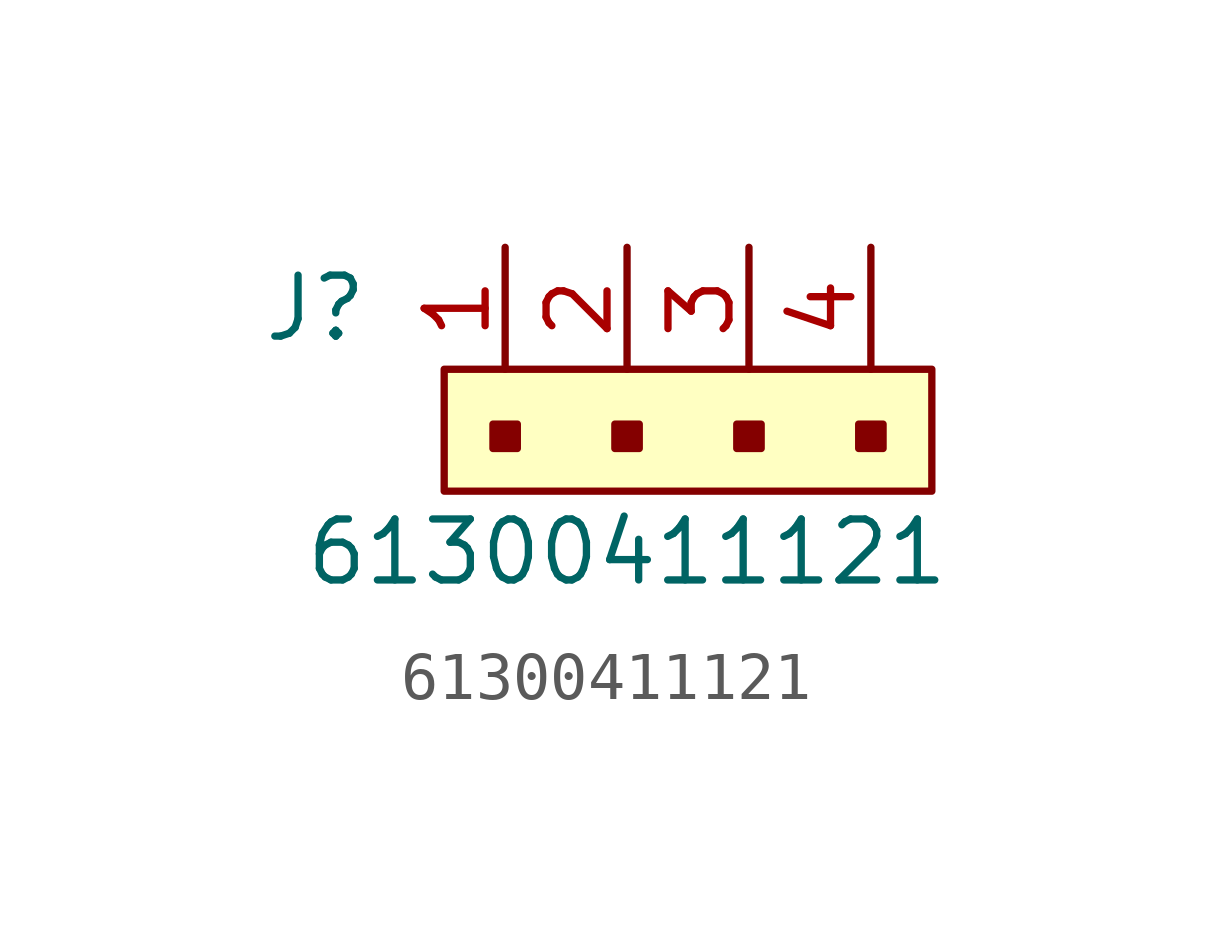
<source format=kicad_sym>
(kicad_symbol_lib
  (version 20211014)
  (generator kicad_symbol_editor)
  (symbol "61300411121"
    (pin_names
      (offset 1.016))
    (property "Reference" "J"
      (at -5.08 2.54 0)
      (effects (font (size 1.27 1.27)) (justify left)))
    (property "Value" "61300411121"
      (at 2.54 -2.54 0)
      (effects (font (size 1.27 1.27))))
    (symbol "61300411121_0_1"
      (rectangle (start -1.27 1.27) (end 8.89 -1.27) (stroke (width 0) (type default) (color 0 0 0 0)) (fill (type background))))
    (symbol "61300411121_1_1"
      (rectangle (start -0.254 0.127) (end 0.254 -0.381) (stroke (width 0) (type default) (color 0 0 0 0)) (fill (type outline)))
      (rectangle (start 2.286 0.127) (end 2.794 -0.381) (stroke (width 0) (type default) (color 0 0 0 0)) (fill (type outline)))
      (rectangle (start 4.826 0.127) (end 5.334 -0.381) (stroke (width 0) (type default) (color 0 0 0 0)) (fill (type outline)))
      (rectangle (start 7.366 0.127) (end 7.874 -0.381) (stroke (width 0) (type default) (color 0 0 0 0)) (fill (type outline)))
      (pin passive line (at 0 3.81 270) (length 2.54) (name "~" (effects (font (size 1.27 1.27)))) (number "1" (effects (font (size 1.27 1.27)))))
      (pin passive line (at 2.54 3.81 270) (length 2.54) (name "~" (effects (font (size 1.27 1.27)))) (number "2" (effects (font (size 1.27 1.27)))))
      (pin passive line (at 5.08 3.81 270) (length 2.54) (name "~" (effects (font (size 1.27 1.27)))) (number "3" (effects (font (size 1.27 1.27)))))
      (pin passive line (at 7.62 3.81 270) (length 2.54) (name "~" (effects (font (size 1.27 1.27)))) (number "4" (effects (font (size 1.27 1.27))))))))
</source>
